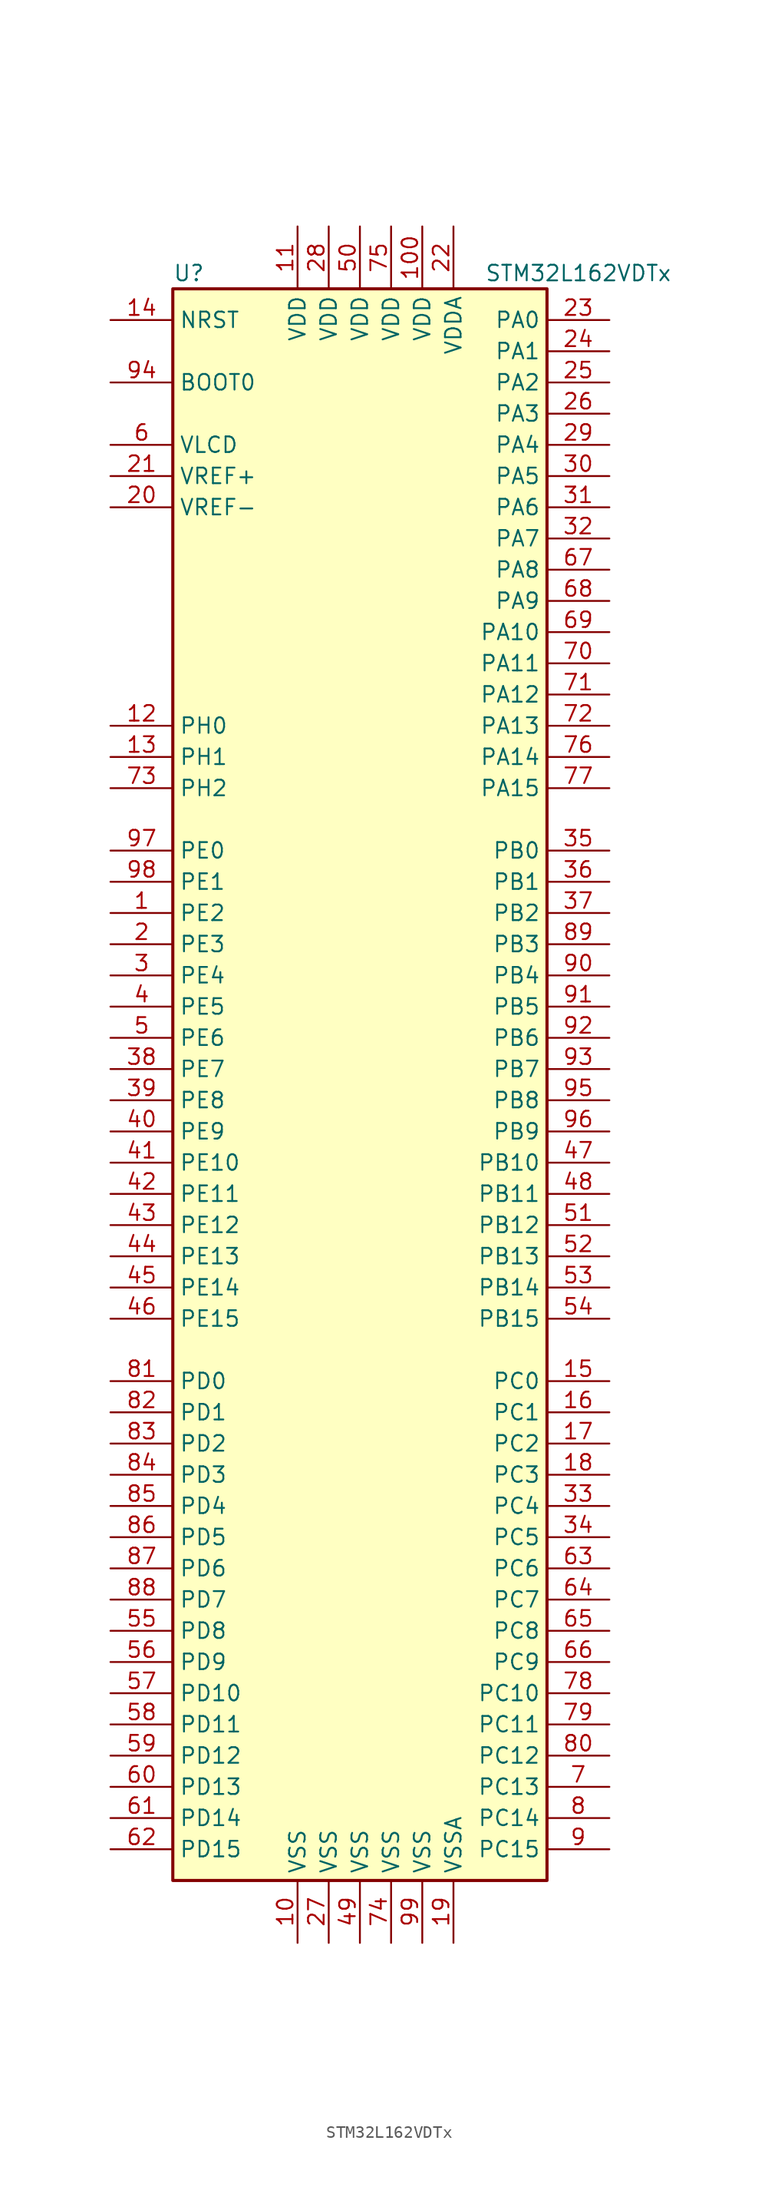
<source format=kicad_sym>
(kicad_symbol_lib
  (version 20201005)
  (generator kicad_symbol_editor)
  (symbol "STM32L162VDTx"
    (property "Reference" "U"
      (at -15.24 64.77 0)
      (effects (font (size 1.27 1.27)) (justify left)))
    (property "Value" "STM32L162VDTx"
      (at 10.16 64.77 0)
      (effects (font (size 1.27 1.27)) (justify left)))
    (symbol "STM32L162VDTx_0_1"
      (rectangle (start -15.24 -66.04) (end 15.24 63.5) (stroke (width 0.254)) (fill (type background))))
    (symbol "STM32L162VDTx_1_1"
      (pin bidirectional line (at -20.32 12.7 0) (length 5.08) (name "PE2" (effects (font (size 1.27 1.27)))) (number "1" (effects (font (size 1.27 1.27)))))
      (pin power_in line (at -5.08 -71.12 90) (length 5.08) (name "VSS" (effects (font (size 1.27 1.27)))) (number "10" (effects (font (size 1.27 1.27)))))
      (pin power_in line (at 5.08 68.58 270) (length 5.08) (name "VDD" (effects (font (size 1.27 1.27)))) (number "100" (effects (font (size 1.27 1.27)))))
      (pin power_in line (at -5.08 68.58 270) (length 5.08) (name "VDD" (effects (font (size 1.27 1.27)))) (number "11" (effects (font (size 1.27 1.27)))))
      (pin input line (at -20.32 27.94 0) (length 5.08) (name "PH0" (effects (font (size 1.27 1.27)))) (number "12" (effects (font (size 1.27 1.27)))))
      (pin input line (at -20.32 25.4 0) (length 5.08) (name "PH1" (effects (font (size 1.27 1.27)))) (number "13" (effects (font (size 1.27 1.27)))))
      (pin input line (at -20.32 60.96 0) (length 5.08) (name "NRST" (effects (font (size 1.27 1.27)))) (number "14" (effects (font (size 1.27 1.27)))))
      (pin bidirectional line (at 20.32 -25.4 180) (length 5.08) (name "PC0" (effects (font (size 1.27 1.27)))) (number "15" (effects (font (size 1.27 1.27)))))
      (pin bidirectional line (at 20.32 -27.94 180) (length 5.08) (name "PC1" (effects (font (size 1.27 1.27)))) (number "16" (effects (font (size 1.27 1.27)))))
      (pin bidirectional line (at 20.32 -30.48 180) (length 5.08) (name "PC2" (effects (font (size 1.27 1.27)))) (number "17" (effects (font (size 1.27 1.27)))))
      (pin bidirectional line (at 20.32 -33.02 180) (length 5.08) (name "PC3" (effects (font (size 1.27 1.27)))) (number "18" (effects (font (size 1.27 1.27)))))
      (pin power_in line (at 7.62 -71.12 90) (length 5.08) (name "VSSA" (effects (font (size 1.27 1.27)))) (number "19" (effects (font (size 1.27 1.27)))))
      (pin bidirectional line (at -20.32 10.16 0) (length 5.08) (name "PE3" (effects (font (size 1.27 1.27)))) (number "2" (effects (font (size 1.27 1.27)))))
      (pin power_in line (at -20.32 45.72 0) (length 5.08) (name "VREF-" (effects (font (size 1.27 1.27)))) (number "20" (effects (font (size 1.27 1.27)))))
      (pin power_in line (at -20.32 48.26 0) (length 5.08) (name "VREF+" (effects (font (size 1.27 1.27)))) (number "21" (effects (font (size 1.27 1.27)))))
      (pin power_in line (at 7.62 68.58 270) (length 5.08) (name "VDDA" (effects (font (size 1.27 1.27)))) (number "22" (effects (font (size 1.27 1.27)))))
      (pin bidirectional line (at 20.32 60.96 180) (length 5.08) (name "PA0" (effects (font (size 1.27 1.27)))) (number "23" (effects (font (size 1.27 1.27)))))
      (pin bidirectional line (at 20.32 58.42 180) (length 5.08) (name "PA1" (effects (font (size 1.27 1.27)))) (number "24" (effects (font (size 1.27 1.27)))))
      (pin bidirectional line (at 20.32 55.88 180) (length 5.08) (name "PA2" (effects (font (size 1.27 1.27)))) (number "25" (effects (font (size 1.27 1.27)))))
      (pin bidirectional line (at 20.32 53.34 180) (length 5.08) (name "PA3" (effects (font (size 1.27 1.27)))) (number "26" (effects (font (size 1.27 1.27)))))
      (pin power_in line (at -2.54 -71.12 90) (length 5.08) (name "VSS" (effects (font (size 1.27 1.27)))) (number "27" (effects (font (size 1.27 1.27)))))
      (pin power_in line (at -2.54 68.58 270) (length 5.08) (name "VDD" (effects (font (size 1.27 1.27)))) (number "28" (effects (font (size 1.27 1.27)))))
      (pin bidirectional line (at 20.32 50.8 180) (length 5.08) (name "PA4" (effects (font (size 1.27 1.27)))) (number "29" (effects (font (size 1.27 1.27)))))
      (pin bidirectional line (at -20.32 7.62 0) (length 5.08) (name "PE4" (effects (font (size 1.27 1.27)))) (number "3" (effects (font (size 1.27 1.27)))))
      (pin bidirectional line (at 20.32 48.26 180) (length 5.08) (name "PA5" (effects (font (size 1.27 1.27)))) (number "30" (effects (font (size 1.27 1.27)))))
      (pin bidirectional line (at 20.32 45.72 180) (length 5.08) (name "PA6" (effects (font (size 1.27 1.27)))) (number "31" (effects (font (size 1.27 1.27)))))
      (pin bidirectional line (at 20.32 43.18 180) (length 5.08) (name "PA7" (effects (font (size 1.27 1.27)))) (number "32" (effects (font (size 1.27 1.27)))))
      (pin bidirectional line (at 20.32 -35.56 180) (length 5.08) (name "PC4" (effects (font (size 1.27 1.27)))) (number "33" (effects (font (size 1.27 1.27)))))
      (pin bidirectional line (at 20.32 -38.1 180) (length 5.08) (name "PC5" (effects (font (size 1.27 1.27)))) (number "34" (effects (font (size 1.27 1.27)))))
      (pin bidirectional line (at 20.32 17.78 180) (length 5.08) (name "PB0" (effects (font (size 1.27 1.27)))) (number "35" (effects (font (size 1.27 1.27)))))
      (pin bidirectional line (at 20.32 15.24 180) (length 5.08) (name "PB1" (effects (font (size 1.27 1.27)))) (number "36" (effects (font (size 1.27 1.27)))))
      (pin bidirectional line (at 20.32 12.7 180) (length 5.08) (name "PB2" (effects (font (size 1.27 1.27)))) (number "37" (effects (font (size 1.27 1.27)))))
      (pin bidirectional line (at -20.32 0 0) (length 5.08) (name "PE7" (effects (font (size 1.27 1.27)))) (number "38" (effects (font (size 1.27 1.27)))))
      (pin bidirectional line (at -20.32 -2.54 0) (length 5.08) (name "PE8" (effects (font (size 1.27 1.27)))) (number "39" (effects (font (size 1.27 1.27)))))
      (pin bidirectional line (at -20.32 5.08 0) (length 5.08) (name "PE5" (effects (font (size 1.27 1.27)))) (number "4" (effects (font (size 1.27 1.27)))))
      (pin bidirectional line (at -20.32 -5.08 0) (length 5.08) (name "PE9" (effects (font (size 1.27 1.27)))) (number "40" (effects (font (size 1.27 1.27)))))
      (pin bidirectional line (at -20.32 -7.62 0) (length 5.08) (name "PE10" (effects (font (size 1.27 1.27)))) (number "41" (effects (font (size 1.27 1.27)))))
      (pin bidirectional line (at -20.32 -10.16 0) (length 5.08) (name "PE11" (effects (font (size 1.27 1.27)))) (number "42" (effects (font (size 1.27 1.27)))))
      (pin bidirectional line (at -20.32 -12.7 0) (length 5.08) (name "PE12" (effects (font (size 1.27 1.27)))) (number "43" (effects (font (size 1.27 1.27)))))
      (pin bidirectional line (at -20.32 -15.24 0) (length 5.08) (name "PE13" (effects (font (size 1.27 1.27)))) (number "44" (effects (font (size 1.27 1.27)))))
      (pin bidirectional line (at -20.32 -17.78 0) (length 5.08) (name "PE14" (effects (font (size 1.27 1.27)))) (number "45" (effects (font (size 1.27 1.27)))))
      (pin bidirectional line (at -20.32 -20.32 0) (length 5.08) (name "PE15" (effects (font (size 1.27 1.27)))) (number "46" (effects (font (size 1.27 1.27)))))
      (pin bidirectional line (at 20.32 -7.62 180) (length 5.08) (name "PB10" (effects (font (size 1.27 1.27)))) (number "47" (effects (font (size 1.27 1.27)))))
      (pin bidirectional line (at 20.32 -10.16 180) (length 5.08) (name "PB11" (effects (font (size 1.27 1.27)))) (number "48" (effects (font (size 1.27 1.27)))))
      (pin power_in line (at 0 -71.12 90) (length 5.08) (name "VSS" (effects (font (size 1.27 1.27)))) (number "49" (effects (font (size 1.27 1.27)))))
      (pin bidirectional line (at -20.32 2.54 0) (length 5.08) (name "PE6" (effects (font (size 1.27 1.27)))) (number "5" (effects (font (size 1.27 1.27)))))
      (pin power_in line (at 0 68.58 270) (length 5.08) (name "VDD" (effects (font (size 1.27 1.27)))) (number "50" (effects (font (size 1.27 1.27)))))
      (pin bidirectional line (at 20.32 -12.7 180) (length 5.08) (name "PB12" (effects (font (size 1.27 1.27)))) (number "51" (effects (font (size 1.27 1.27)))))
      (pin bidirectional line (at 20.32 -15.24 180) (length 5.08) (name "PB13" (effects (font (size 1.27 1.27)))) (number "52" (effects (font (size 1.27 1.27)))))
      (pin bidirectional line (at 20.32 -17.78 180) (length 5.08) (name "PB14" (effects (font (size 1.27 1.27)))) (number "53" (effects (font (size 1.27 1.27)))))
      (pin bidirectional line (at 20.32 -20.32 180) (length 5.08) (name "PB15" (effects (font (size 1.27 1.27)))) (number "54" (effects (font (size 1.27 1.27)))))
      (pin bidirectional line (at -20.32 -45.72 0) (length 5.08) (name "PD8" (effects (font (size 1.27 1.27)))) (number "55" (effects (font (size 1.27 1.27)))))
      (pin bidirectional line (at -20.32 -48.26 0) (length 5.08) (name "PD9" (effects (font (size 1.27 1.27)))) (number "56" (effects (font (size 1.27 1.27)))))
      (pin bidirectional line (at -20.32 -50.8 0) (length 5.08) (name "PD10" (effects (font (size 1.27 1.27)))) (number "57" (effects (font (size 1.27 1.27)))))
      (pin bidirectional line (at -20.32 -53.34 0) (length 5.08) (name "PD11" (effects (font (size 1.27 1.27)))) (number "58" (effects (font (size 1.27 1.27)))))
      (pin bidirectional line (at -20.32 -55.88 0) (length 5.08) (name "PD12" (effects (font (size 1.27 1.27)))) (number "59" (effects (font (size 1.27 1.27)))))
      (pin power_in line (at -20.32 50.8 0) (length 5.08) (name "VLCD" (effects (font (size 1.27 1.27)))) (number "6" (effects (font (size 1.27 1.27)))))
      (pin bidirectional line (at -20.32 -58.42 0) (length 5.08) (name "PD13" (effects (font (size 1.27 1.27)))) (number "60" (effects (font (size 1.27 1.27)))))
      (pin bidirectional line (at -20.32 -60.96 0) (length 5.08) (name "PD14" (effects (font (size 1.27 1.27)))) (number "61" (effects (font (size 1.27 1.27)))))
      (pin bidirectional line (at -20.32 -63.5 0) (length 5.08) (name "PD15" (effects (font (size 1.27 1.27)))) (number "62" (effects (font (size 1.27 1.27)))))
      (pin bidirectional line (at 20.32 -40.64 180) (length 5.08) (name "PC6" (effects (font (size 1.27 1.27)))) (number "63" (effects (font (size 1.27 1.27)))))
      (pin bidirectional line (at 20.32 -43.18 180) (length 5.08) (name "PC7" (effects (font (size 1.27 1.27)))) (number "64" (effects (font (size 1.27 1.27)))))
      (pin bidirectional line (at 20.32 -45.72 180) (length 5.08) (name "PC8" (effects (font (size 1.27 1.27)))) (number "65" (effects (font (size 1.27 1.27)))))
      (pin bidirectional line (at 20.32 -48.26 180) (length 5.08) (name "PC9" (effects (font (size 1.27 1.27)))) (number "66" (effects (font (size 1.27 1.27)))))
      (pin bidirectional line (at 20.32 40.64 180) (length 5.08) (name "PA8" (effects (font (size 1.27 1.27)))) (number "67" (effects (font (size 1.27 1.27)))))
      (pin bidirectional line (at 20.32 38.1 180) (length 5.08) (name "PA9" (effects (font (size 1.27 1.27)))) (number "68" (effects (font (size 1.27 1.27)))))
      (pin bidirectional line (at 20.32 35.56 180) (length 5.08) (name "PA10" (effects (font (size 1.27 1.27)))) (number "69" (effects (font (size 1.27 1.27)))))
      (pin bidirectional line (at 20.32 -58.42 180) (length 5.08) (name "PC13" (effects (font (size 1.27 1.27)))) (number "7" (effects (font (size 1.27 1.27)))))
      (pin bidirectional line (at 20.32 33.02 180) (length 5.08) (name "PA11" (effects (font (size 1.27 1.27)))) (number "70" (effects (font (size 1.27 1.27)))))
      (pin bidirectional line (at 20.32 30.48 180) (length 5.08) (name "PA12" (effects (font (size 1.27 1.27)))) (number "71" (effects (font (size 1.27 1.27)))))
      (pin bidirectional line (at 20.32 27.94 180) (length 5.08) (name "PA13" (effects (font (size 1.27 1.27)))) (number "72" (effects (font (size 1.27 1.27)))))
      (pin bidirectional line (at -20.32 22.86 0) (length 5.08) (name "PH2" (effects (font (size 1.27 1.27)))) (number "73" (effects (font (size 1.27 1.27)))))
      (pin power_in line (at 2.54 -71.12 90) (length 5.08) (name "VSS" (effects (font (size 1.27 1.27)))) (number "74" (effects (font (size 1.27 1.27)))))
      (pin power_in line (at 2.54 68.58 270) (length 5.08) (name "VDD" (effects (font (size 1.27 1.27)))) (number "75" (effects (font (size 1.27 1.27)))))
      (pin bidirectional line (at 20.32 25.4 180) (length 5.08) (name "PA14" (effects (font (size 1.27 1.27)))) (number "76" (effects (font (size 1.27 1.27)))))
      (pin bidirectional line (at 20.32 22.86 180) (length 5.08) (name "PA15" (effects (font (size 1.27 1.27)))) (number "77" (effects (font (size 1.27 1.27)))))
      (pin bidirectional line (at 20.32 -50.8 180) (length 5.08) (name "PC10" (effects (font (size 1.27 1.27)))) (number "78" (effects (font (size 1.27 1.27)))))
      (pin bidirectional line (at 20.32 -53.34 180) (length 5.08) (name "PC11" (effects (font (size 1.27 1.27)))) (number "79" (effects (font (size 1.27 1.27)))))
      (pin bidirectional line (at 20.32 -60.96 180) (length 5.08) (name "PC14" (effects (font (size 1.27 1.27)))) (number "8" (effects (font (size 1.27 1.27)))))
      (pin bidirectional line (at 20.32 -55.88 180) (length 5.08) (name "PC12" (effects (font (size 1.27 1.27)))) (number "80" (effects (font (size 1.27 1.27)))))
      (pin bidirectional line (at -20.32 -25.4 0) (length 5.08) (name "PD0" (effects (font (size 1.27 1.27)))) (number "81" (effects (font (size 1.27 1.27)))))
      (pin bidirectional line (at -20.32 -27.94 0) (length 5.08) (name "PD1" (effects (font (size 1.27 1.27)))) (number "82" (effects (font (size 1.27 1.27)))))
      (pin bidirectional line (at -20.32 -30.48 0) (length 5.08) (name "PD2" (effects (font (size 1.27 1.27)))) (number "83" (effects (font (size 1.27 1.27)))))
      (pin bidirectional line (at -20.32 -33.02 0) (length 5.08) (name "PD3" (effects (font (size 1.27 1.27)))) (number "84" (effects (font (size 1.27 1.27)))))
      (pin bidirectional line (at -20.32 -35.56 0) (length 5.08) (name "PD4" (effects (font (size 1.27 1.27)))) (number "85" (effects (font (size 1.27 1.27)))))
      (pin bidirectional line (at -20.32 -38.1 0) (length 5.08) (name "PD5" (effects (font (size 1.27 1.27)))) (number "86" (effects (font (size 1.27 1.27)))))
      (pin bidirectional line (at -20.32 -40.64 0) (length 5.08) (name "PD6" (effects (font (size 1.27 1.27)))) (number "87" (effects (font (size 1.27 1.27)))))
      (pin bidirectional line (at -20.32 -43.18 0) (length 5.08) (name "PD7" (effects (font (size 1.27 1.27)))) (number "88" (effects (font (size 1.27 1.27)))))
      (pin bidirectional line (at 20.32 10.16 180) (length 5.08) (name "PB3" (effects (font (size 1.27 1.27)))) (number "89" (effects (font (size 1.27 1.27)))))
      (pin bidirectional line (at 20.32 -63.5 180) (length 5.08) (name "PC15" (effects (font (size 1.27 1.27)))) (number "9" (effects (font (size 1.27 1.27)))))
      (pin bidirectional line (at 20.32 7.62 180) (length 5.08) (name "PB4" (effects (font (size 1.27 1.27)))) (number "90" (effects (font (size 1.27 1.27)))))
      (pin bidirectional line (at 20.32 5.08 180) (length 5.08) (name "PB5" (effects (font (size 1.27 1.27)))) (number "91" (effects (font (size 1.27 1.27)))))
      (pin bidirectional line (at 20.32 2.54 180) (length 5.08) (name "PB6" (effects (font (size 1.27 1.27)))) (number "92" (effects (font (size 1.27 1.27)))))
      (pin bidirectional line (at 20.32 0 180) (length 5.08) (name "PB7" (effects (font (size 1.27 1.27)))) (number "93" (effects (font (size 1.27 1.27)))))
      (pin input line (at -20.32 55.88 0) (length 5.08) (name "BOOT0" (effects (font (size 1.27 1.27)))) (number "94" (effects (font (size 1.27 1.27)))))
      (pin bidirectional line (at 20.32 -2.54 180) (length 5.08) (name "PB8" (effects (font (size 1.27 1.27)))) (number "95" (effects (font (size 1.27 1.27)))))
      (pin bidirectional line (at 20.32 -5.08 180) (length 5.08) (name "PB9" (effects (font (size 1.27 1.27)))) (number "96" (effects (font (size 1.27 1.27)))))
      (pin bidirectional line (at -20.32 17.78 0) (length 5.08) (name "PE0" (effects (font (size 1.27 1.27)))) (number "97" (effects (font (size 1.27 1.27)))))
      (pin bidirectional line (at -20.32 15.24 0) (length 5.08) (name "PE1" (effects (font (size 1.27 1.27)))) (number "98" (effects (font (size 1.27 1.27)))))
      (pin power_in line (at 5.08 -71.12 90) (length 5.08) (name "VSS" (effects (font (size 1.27 1.27)))) (number "99" (effects (font (size 1.27 1.27))))))))
</source>
